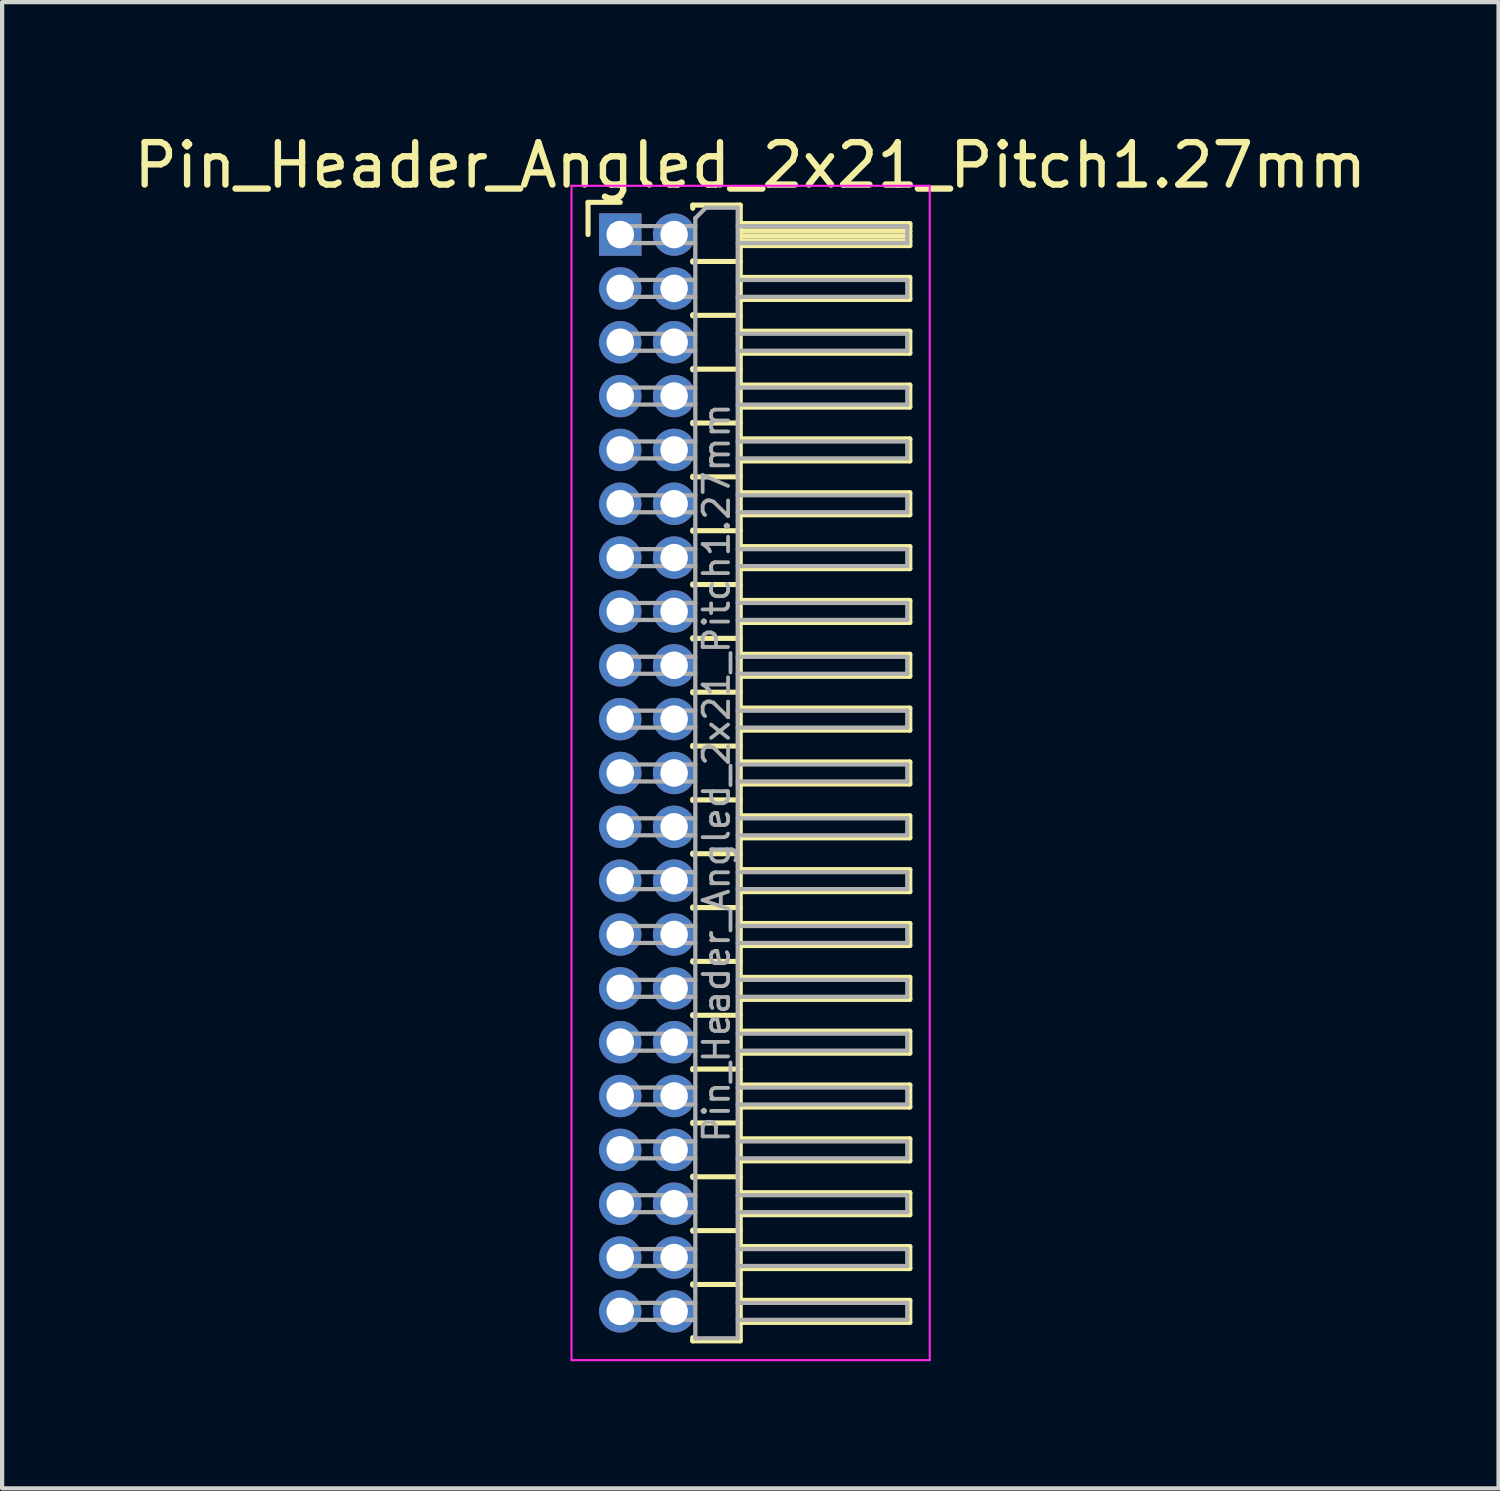
<source format=kicad_pcb>
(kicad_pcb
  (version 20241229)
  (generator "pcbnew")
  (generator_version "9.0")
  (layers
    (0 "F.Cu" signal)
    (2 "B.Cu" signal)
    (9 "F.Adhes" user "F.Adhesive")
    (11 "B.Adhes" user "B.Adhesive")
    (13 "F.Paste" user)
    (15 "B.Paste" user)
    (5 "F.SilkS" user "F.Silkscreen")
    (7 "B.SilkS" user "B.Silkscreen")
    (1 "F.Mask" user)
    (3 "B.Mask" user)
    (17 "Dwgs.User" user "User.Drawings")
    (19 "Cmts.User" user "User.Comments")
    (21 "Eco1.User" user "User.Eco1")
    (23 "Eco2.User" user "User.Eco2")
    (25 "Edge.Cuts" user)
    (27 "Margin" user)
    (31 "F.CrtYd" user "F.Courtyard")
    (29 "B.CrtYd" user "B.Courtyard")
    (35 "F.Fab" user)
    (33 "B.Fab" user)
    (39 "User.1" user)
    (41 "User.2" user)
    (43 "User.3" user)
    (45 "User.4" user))
  (footprint "Pin_Header_Angled_2x21_Pitch1.27mm"
    (layer "F.Cu")
    (at 11.581 2.483)
    (property "Reference" "Pin_Header_Angled_2x21_Pitch1.27mm" (at 3.067 -1.635 0) (layer "F.SilkS") (effects (font (size 1 1) (thickness 0.15))))
    (attr through_hole)
    (fp_line (start -0.76 -0.76) (end 0 -0.76) (stroke (width 0.12) (type solid)) (layer "F.SilkS"))
    (fp_line (start -0.76 0) (end -0.76 -0.76) (stroke (width 0.12) (type solid)) (layer "F.SilkS"))
    (fp_line (start 1.71 -0.695) (end 2.83 -0.695) (stroke (width 0.12) (type solid)) (layer "F.SilkS"))
    (fp_line (start 1.71 -0.62) (end 1.71 -0.695) (stroke (width 0.12) (type solid)) (layer "F.SilkS"))
    (fp_line (start 1.71 0.62) (end 1.71 0.65) (stroke (width 0.12) (type solid)) (layer "F.SilkS"))
    (fp_line (start 1.71 0.635) (end 2.83 0.635) (stroke (width 0.12) (type solid)) (layer "F.SilkS"))
    (fp_line (start 1.71 1.89) (end 1.71 1.92) (stroke (width 0.12) (type solid)) (layer "F.SilkS"))
    (fp_line (start 1.71 1.905) (end 2.83 1.905) (stroke (width 0.12) (type solid)) (layer "F.SilkS"))
    (fp_line (start 1.71 3.16) (end 1.71 3.19) (stroke (width 0.12) (type solid)) (layer "F.SilkS"))
    (fp_line (start 1.71 3.175) (end 2.83 3.175) (stroke (width 0.12) (type solid)) (layer "F.SilkS"))
    (fp_line (start 1.71 4.43) (end 1.71 4.46) (stroke (width 0.12) (type solid)) (layer "F.SilkS"))
    (fp_line (start 1.71 4.445) (end 2.83 4.445) (stroke (width 0.12) (type solid)) (layer "F.SilkS"))
    (fp_line (start 1.71 5.7) (end 1.71 5.73) (stroke (width 0.12) (type solid)) (layer "F.SilkS"))
    (fp_line (start 1.71 5.715) (end 2.83 5.715) (stroke (width 0.12) (type solid)) (layer "F.SilkS"))
    (fp_line (start 1.71 6.97) (end 1.71 7) (stroke (width 0.12) (type solid)) (layer "F.SilkS"))
    (fp_line (start 1.71 6.985) (end 2.83 6.985) (stroke (width 0.12) (type solid)) (layer "F.SilkS"))
    (fp_line (start 1.71 8.24) (end 1.71 8.27) (stroke (width 0.12) (type solid)) (layer "F.SilkS"))
    (fp_line (start 1.71 8.255) (end 2.83 8.255) (stroke (width 0.12) (type solid)) (layer "F.SilkS"))
    (fp_line (start 1.71 9.51) (end 1.71 9.54) (stroke (width 0.12) (type solid)) (layer "F.SilkS"))
    (fp_line (start 1.71 9.525) (end 2.83 9.525) (stroke (width 0.12) (type solid)) (layer "F.SilkS"))
    (fp_line (start 1.71 10.78) (end 1.71 10.81) (stroke (width 0.12) (type solid)) (layer "F.SilkS"))
    (fp_line (start 1.71 10.795) (end 2.83 10.795) (stroke (width 0.12) (type solid)) (layer "F.SilkS"))
    (fp_line (start 1.71 12.05) (end 1.71 12.08) (stroke (width 0.12) (type solid)) (layer "F.SilkS"))
    (fp_line (start 1.71 12.065) (end 2.83 12.065) (stroke (width 0.12) (type solid)) (layer "F.SilkS"))
    (fp_line (start 1.71 13.32) (end 1.71 13.35) (stroke (width 0.12) (type solid)) (layer "F.SilkS"))
    (fp_line (start 1.71 13.335) (end 2.83 13.335) (stroke (width 0.12) (type solid)) (layer "F.SilkS"))
    (fp_line (start 1.71 14.59) (end 1.71 14.62) (stroke (width 0.12) (type solid)) (layer "F.SilkS"))
    (fp_line (start 1.71 14.605) (end 2.83 14.605) (stroke (width 0.12) (type solid)) (layer "F.SilkS"))
    (fp_line (start 1.71 15.86) (end 1.71 15.89) (stroke (width 0.12) (type solid)) (layer "F.SilkS"))
    (fp_line (start 1.71 15.875) (end 2.83 15.875) (stroke (width 0.12) (type solid)) (layer "F.SilkS"))
    (fp_line (start 1.71 17.13) (end 1.71 17.16) (stroke (width 0.12) (type solid)) (layer "F.SilkS"))
    (fp_line (start 1.71 17.145) (end 2.83 17.145) (stroke (width 0.12) (type solid)) (layer "F.SilkS"))
    (fp_line (start 1.71 18.4) (end 1.71 18.43) (stroke (width 0.12) (type solid)) (layer "F.SilkS"))
    (fp_line (start 1.71 18.415) (end 2.83 18.415) (stroke (width 0.12) (type solid)) (layer "F.SilkS"))
    (fp_line (start 1.71 19.67) (end 1.71 19.7) (stroke (width 0.12) (type solid)) (layer "F.SilkS"))
    (fp_line (start 1.71 19.685) (end 2.83 19.685) (stroke (width 0.12) (type solid)) (layer "F.SilkS"))
    (fp_line (start 1.71 20.94) (end 1.71 20.97) (stroke (width 0.12) (type solid)) (layer "F.SilkS"))
    (fp_line (start 1.71 20.955) (end 2.83 20.955) (stroke (width 0.12) (type solid)) (layer "F.SilkS"))
    (fp_line (start 1.71 22.21) (end 1.71 22.24) (stroke (width 0.12) (type solid)) (layer "F.SilkS"))
    (fp_line (start 1.71 22.225) (end 2.83 22.225) (stroke (width 0.12) (type solid)) (layer "F.SilkS"))
    (fp_line (start 1.71 23.48) (end 1.71 23.51) (stroke (width 0.12) (type solid)) (layer "F.SilkS"))
    (fp_line (start 1.71 23.495) (end 2.83 23.495) (stroke (width 0.12) (type solid)) (layer "F.SilkS"))
    (fp_line (start 1.71 24.75) (end 1.71 24.78) (stroke (width 0.12) (type solid)) (layer "F.SilkS"))
    (fp_line (start 1.71 24.765) (end 2.83 24.765) (stroke (width 0.12) (type solid)) (layer "F.SilkS"))
    (fp_line (start 1.71 26.095) (end 1.71 26.02) (stroke (width 0.12) (type solid)) (layer "F.SilkS"))
    (fp_line (start 2.83 -0.695) (end 2.83 26.095) (stroke (width 0.12) (type solid)) (layer "F.SilkS"))
    (fp_line (start 2.83 -0.26) (end 6.83 -0.26) (stroke (width 0.12) (type solid)) (layer "F.SilkS"))
    (fp_line (start 2.83 -0.2) (end 6.83 -0.2) (stroke (width 0.12) (type solid)) (layer "F.SilkS"))
    (fp_line (start 2.83 -0.08) (end 6.83 -0.08) (stroke (width 0.12) (type solid)) (layer "F.SilkS"))
    (fp_line (start 2.83 0.04) (end 6.83 0.04) (stroke (width 0.12) (type solid)) (layer "F.SilkS"))
    (fp_line (start 2.83 0.16) (end 6.83 0.16) (stroke (width 0.12) (type solid)) (layer "F.SilkS"))
    (fp_line (start 2.83 1.01) (end 6.83 1.01) (stroke (width 0.12) (type solid)) (layer "F.SilkS"))
    (fp_line (start 2.83 2.28) (end 6.83 2.28) (stroke (width 0.12) (type solid)) (layer "F.SilkS"))
    (fp_line (start 2.83 3.55) (end 6.83 3.55) (stroke (width 0.12) (type solid)) (layer "F.SilkS"))
    (fp_line (start 2.83 4.82) (end 6.83 4.82) (stroke (width 0.12) (type solid)) (layer "F.SilkS"))
    (fp_line (start 2.83 6.09) (end 6.83 6.09) (stroke (width 0.12) (type solid)) (layer "F.SilkS"))
    (fp_line (start 2.83 7.36) (end 6.83 7.36) (stroke (width 0.12) (type solid)) (layer "F.SilkS"))
    (fp_line (start 2.83 8.63) (end 6.83 8.63) (stroke (width 0.12) (type solid)) (layer "F.SilkS"))
    (fp_line (start 2.83 9.9) (end 6.83 9.9) (stroke (width 0.12) (type solid)) (layer "F.SilkS"))
    (fp_line (start 2.83 11.17) (end 6.83 11.17) (stroke (width 0.12) (type solid)) (layer "F.SilkS"))
    (fp_line (start 2.83 12.44) (end 6.83 12.44) (stroke (width 0.12) (type solid)) (layer "F.SilkS"))
    (fp_line (start 2.83 13.71) (end 6.83 13.71) (stroke (width 0.12) (type solid)) (layer "F.SilkS"))
    (fp_line (start 2.83 14.98) (end 6.83 14.98) (stroke (width 0.12) (type solid)) (layer "F.SilkS"))
    (fp_line (start 2.83 16.25) (end 6.83 16.25) (stroke (width 0.12) (type solid)) (layer "F.SilkS"))
    (fp_line (start 2.83 17.52) (end 6.83 17.52) (stroke (width 0.12) (type solid)) (layer "F.SilkS"))
    (fp_line (start 2.83 18.79) (end 6.83 18.79) (stroke (width 0.12) (type solid)) (layer "F.SilkS"))
    (fp_line (start 2.83 20.06) (end 6.83 20.06) (stroke (width 0.12) (type solid)) (layer "F.SilkS"))
    (fp_line (start 2.83 21.33) (end 6.83 21.33) (stroke (width 0.12) (type solid)) (layer "F.SilkS"))
    (fp_line (start 2.83 22.6) (end 6.83 22.6) (stroke (width 0.12) (type solid)) (layer "F.SilkS"))
    (fp_line (start 2.83 23.87) (end 6.83 23.87) (stroke (width 0.12) (type solid)) (layer "F.SilkS"))
    (fp_line (start 2.83 25.14) (end 6.83 25.14) (stroke (width 0.12) (type solid)) (layer "F.SilkS"))
    (fp_line (start 2.83 26.095) (end 1.71 26.095) (stroke (width 0.12) (type solid)) (layer "F.SilkS"))
    (fp_line (start 6.83 -0.26) (end 6.83 0.26) (stroke (width 0.12) (type solid)) (layer "F.SilkS"))
    (fp_line (start 6.83 0.26) (end 2.83 0.26) (stroke (width 0.12) (type solid)) (layer "F.SilkS"))
    (fp_line (start 6.83 1.01) (end 6.83 1.53) (stroke (width 0.12) (type solid)) (layer "F.SilkS"))
    (fp_line (start 6.83 1.53) (end 2.83 1.53) (stroke (width 0.12) (type solid)) (layer "F.SilkS"))
    (fp_line (start 6.83 2.28) (end 6.83 2.8) (stroke (width 0.12) (type solid)) (layer "F.SilkS"))
    (fp_line (start 6.83 2.8) (end 2.83 2.8) (stroke (width 0.12) (type solid)) (layer "F.SilkS"))
    (fp_line (start 6.83 3.55) (end 6.83 4.07) (stroke (width 0.12) (type solid)) (layer "F.SilkS"))
    (fp_line (start 6.83 4.07) (end 2.83 4.07) (stroke (width 0.12) (type solid)) (layer "F.SilkS"))
    (fp_line (start 6.83 4.82) (end 6.83 5.34) (stroke (width 0.12) (type solid)) (layer "F.SilkS"))
    (fp_line (start 6.83 5.34) (end 2.83 5.34) (stroke (width 0.12) (type solid)) (layer "F.SilkS"))
    (fp_line (start 6.83 6.09) (end 6.83 6.61) (stroke (width 0.12) (type solid)) (layer "F.SilkS"))
    (fp_line (start 6.83 6.61) (end 2.83 6.61) (stroke (width 0.12) (type solid)) (layer "F.SilkS"))
    (fp_line (start 6.83 7.36) (end 6.83 7.88) (stroke (width 0.12) (type solid)) (layer "F.SilkS"))
    (fp_line (start 6.83 7.88) (end 2.83 7.88) (stroke (width 0.12) (type solid)) (layer "F.SilkS"))
    (fp_line (start 6.83 8.63) (end 6.83 9.15) (stroke (width 0.12) (type solid)) (layer "F.SilkS"))
    (fp_line (start 6.83 9.15) (end 2.83 9.15) (stroke (width 0.12) (type solid)) (layer "F.SilkS"))
    (fp_line (start 6.83 9.9) (end 6.83 10.42) (stroke (width 0.12) (type solid)) (layer "F.SilkS"))
    (fp_line (start 6.83 10.42) (end 2.83 10.42) (stroke (width 0.12) (type solid)) (layer "F.SilkS"))
    (fp_line (start 6.83 11.17) (end 6.83 11.69) (stroke (width 0.12) (type solid)) (layer "F.SilkS"))
    (fp_line (start 6.83 11.69) (end 2.83 11.69) (stroke (width 0.12) (type solid)) (layer "F.SilkS"))
    (fp_line (start 6.83 12.44) (end 6.83 12.96) (stroke (width 0.12) (type solid)) (layer "F.SilkS"))
    (fp_line (start 6.83 12.96) (end 2.83 12.96) (stroke (width 0.12) (type solid)) (layer "F.SilkS"))
    (fp_line (start 6.83 13.71) (end 6.83 14.23) (stroke (width 0.12) (type solid)) (layer "F.SilkS"))
    (fp_line (start 6.83 14.23) (end 2.83 14.23) (stroke (width 0.12) (type solid)) (layer "F.SilkS"))
    (fp_line (start 6.83 14.98) (end 6.83 15.5) (stroke (width 0.12) (type solid)) (layer "F.SilkS"))
    (fp_line (start 6.83 15.5) (end 2.83 15.5) (stroke (width 0.12) (type solid)) (layer "F.SilkS"))
    (fp_line (start 6.83 16.25) (end 6.83 16.77) (stroke (width 0.12) (type solid)) (layer "F.SilkS"))
    (fp_line (start 6.83 16.77) (end 2.83 16.77) (stroke (width 0.12) (type solid)) (layer "F.SilkS"))
    (fp_line (start 6.83 17.52) (end 6.83 18.04) (stroke (width 0.12) (type solid)) (layer "F.SilkS"))
    (fp_line (start 6.83 18.04) (end 2.83 18.04) (stroke (width 0.12) (type solid)) (layer "F.SilkS"))
    (fp_line (start 6.83 18.79) (end 6.83 19.31) (stroke (width 0.12) (type solid)) (layer "F.SilkS"))
    (fp_line (start 6.83 19.31) (end 2.83 19.31) (stroke (width 0.12) (type solid)) (layer "F.SilkS"))
    (fp_line (start 6.83 20.06) (end 6.83 20.58) (stroke (width 0.12) (type solid)) (layer "F.SilkS"))
    (fp_line (start 6.83 20.58) (end 2.83 20.58) (stroke (width 0.12) (type solid)) (layer "F.SilkS"))
    (fp_line (start 6.83 21.33) (end 6.83 21.85) (stroke (width 0.12) (type solid)) (layer "F.SilkS"))
    (fp_line (start 6.83 21.85) (end 2.83 21.85) (stroke (width 0.12) (type solid)) (layer "F.SilkS"))
    (fp_line (start 6.83 22.6) (end 6.83 23.12) (stroke (width 0.12) (type solid)) (layer "F.SilkS"))
    (fp_line (start 6.83 23.12) (end 2.83 23.12) (stroke (width 0.12) (type solid)) (layer "F.SilkS"))
    (fp_line (start 6.83 23.87) (end 6.83 24.39) (stroke (width 0.12) (type solid)) (layer "F.SilkS"))
    (fp_line (start 6.83 24.39) (end 2.83 24.39) (stroke (width 0.12) (type solid)) (layer "F.SilkS"))
    (fp_line (start 6.83 25.14) (end 6.83 25.66) (stroke (width 0.12) (type solid)) (layer "F.SilkS"))
    (fp_line (start 6.83 25.66) (end 2.83 25.66) (stroke (width 0.12) (type solid)) (layer "F.SilkS"))
    (fp_line (start -1.15 -1.15) (end -1.15 26.55) (stroke (width 0.05) (type solid)) (layer "F.CrtYd"))
    (fp_line (start -1.15 26.55) (end 7.3 26.55) (stroke (width 0.05) (type solid)) (layer "F.CrtYd"))
    (fp_line (start 7.3 -1.15) (end -1.15 -1.15) (stroke (width 0.05) (type solid)) (layer "F.CrtYd"))
    (fp_line (start 7.3 26.55) (end 7.3 -1.15) (stroke (width 0.05) (type solid)) (layer "F.CrtYd"))
    (fp_line (start -0.2 -0.2) (end -0.2 0.2) (stroke (width 0.1) (type solid)) (layer "F.Fab"))
    (fp_line (start -0.2 -0.2) (end 1.77 -0.2) (stroke (width 0.1) (type solid)) (layer "F.Fab"))
    (fp_line (start -0.2 0.2) (end 1.77 0.2) (stroke (width 0.1) (type solid)) (layer "F.Fab"))
    (fp_line (start -0.2 1.07) (end -0.2 1.47) (stroke (width 0.1) (type solid)) (layer "F.Fab"))
    (fp_line (start -0.2 1.07) (end 1.77 1.07) (stroke (width 0.1) (type solid)) (layer "F.Fab"))
    (fp_line (start -0.2 1.47) (end 1.77 1.47) (stroke (width 0.1) (type solid)) (layer "F.Fab"))
    (fp_line (start -0.2 2.34) (end -0.2 2.74) (stroke (width 0.1) (type solid)) (layer "F.Fab"))
    (fp_line (start -0.2 2.34) (end 1.77 2.34) (stroke (width 0.1) (type solid)) (layer "F.Fab"))
    (fp_line (start -0.2 2.74) (end 1.77 2.74) (stroke (width 0.1) (type solid)) (layer "F.Fab"))
    (fp_line (start -0.2 3.61) (end -0.2 4.01) (stroke (width 0.1) (type solid)) (layer "F.Fab"))
    (fp_line (start -0.2 3.61) (end 1.77 3.61) (stroke (width 0.1) (type solid)) (layer "F.Fab"))
    (fp_line (start -0.2 4.01) (end 1.77 4.01) (stroke (width 0.1) (type solid)) (layer "F.Fab"))
    (fp_line (start -0.2 4.88) (end -0.2 5.28) (stroke (width 0.1) (type solid)) (layer "F.Fab"))
    (fp_line (start -0.2 4.88) (end 1.77 4.88) (stroke (width 0.1) (type solid)) (layer "F.Fab"))
    (fp_line (start -0.2 5.28) (end 1.77 5.28) (stroke (width 0.1) (type solid)) (layer "F.Fab"))
    (fp_line (start -0.2 6.15) (end -0.2 6.55) (stroke (width 0.1) (type solid)) (layer "F.Fab"))
    (fp_line (start -0.2 6.15) (end 1.77 6.15) (stroke (width 0.1) (type solid)) (layer "F.Fab"))
    (fp_line (start -0.2 6.55) (end 1.77 6.55) (stroke (width 0.1) (type solid)) (layer "F.Fab"))
    (fp_line (start -0.2 7.42) (end -0.2 7.82) (stroke (width 0.1) (type solid)) (layer "F.Fab"))
    (fp_line (start -0.2 7.42) (end 1.77 7.42) (stroke (width 0.1) (type solid)) (layer "F.Fab"))
    (fp_line (start -0.2 7.82) (end 1.77 7.82) (stroke (width 0.1) (type solid)) (layer "F.Fab"))
    (fp_line (start -0.2 8.69) (end -0.2 9.09) (stroke (width 0.1) (type solid)) (layer "F.Fab"))
    (fp_line (start -0.2 8.69) (end 1.77 8.69) (stroke (width 0.1) (type solid)) (layer "F.Fab"))
    (fp_line (start -0.2 9.09) (end 1.77 9.09) (stroke (width 0.1) (type solid)) (layer "F.Fab"))
    (fp_line (start -0.2 9.96) (end -0.2 10.36) (stroke (width 0.1) (type solid)) (layer "F.Fab"))
    (fp_line (start -0.2 9.96) (end 1.77 9.96) (stroke (width 0.1) (type solid)) (layer "F.Fab"))
    (fp_line (start -0.2 10.36) (end 1.77 10.36) (stroke (width 0.1) (type solid)) (layer "F.Fab"))
    (fp_line (start -0.2 11.23) (end -0.2 11.63) (stroke (width 0.1) (type solid)) (layer "F.Fab"))
    (fp_line (start -0.2 11.23) (end 1.77 11.23) (stroke (width 0.1) (type solid)) (layer "F.Fab"))
    (fp_line (start -0.2 11.63) (end 1.77 11.63) (stroke (width 0.1) (type solid)) (layer "F.Fab"))
    (fp_line (start -0.2 12.5) (end -0.2 12.9) (stroke (width 0.1) (type solid)) (layer "F.Fab"))
    (fp_line (start -0.2 12.5) (end 1.77 12.5) (stroke (width 0.1) (type solid)) (layer "F.Fab"))
    (fp_line (start -0.2 12.9) (end 1.77 12.9) (stroke (width 0.1) (type solid)) (layer "F.Fab"))
    (fp_line (start -0.2 13.77) (end -0.2 14.17) (stroke (width 0.1) (type solid)) (layer "F.Fab"))
    (fp_line (start -0.2 13.77) (end 1.77 13.77) (stroke (width 0.1) (type solid)) (layer "F.Fab"))
    (fp_line (start -0.2 14.17) (end 1.77 14.17) (stroke (width 0.1) (type solid)) (layer "F.Fab"))
    (fp_line (start -0.2 15.04) (end -0.2 15.44) (stroke (width 0.1) (type solid)) (layer "F.Fab"))
    (fp_line (start -0.2 15.04) (end 1.77 15.04) (stroke (width 0.1) (type solid)) (layer "F.Fab"))
    (fp_line (start -0.2 15.44) (end 1.77 15.44) (stroke (width 0.1) (type solid)) (layer "F.Fab"))
    (fp_line (start -0.2 16.31) (end -0.2 16.71) (stroke (width 0.1) (type solid)) (layer "F.Fab"))
    (fp_line (start -0.2 16.31) (end 1.77 16.31) (stroke (width 0.1) (type solid)) (layer "F.Fab"))
    (fp_line (start -0.2 16.71) (end 1.77 16.71) (stroke (width 0.1) (type solid)) (layer "F.Fab"))
    (fp_line (start -0.2 17.58) (end -0.2 17.98) (stroke (width 0.1) (type solid)) (layer "F.Fab"))
    (fp_line (start -0.2 17.58) (end 1.77 17.58) (stroke (width 0.1) (type solid)) (layer "F.Fab"))
    (fp_line (start -0.2 17.98) (end 1.77 17.98) (stroke (width 0.1) (type solid)) (layer "F.Fab"))
    (fp_line (start -0.2 18.85) (end -0.2 19.25) (stroke (width 0.1) (type solid)) (layer "F.Fab"))
    (fp_line (start -0.2 18.85) (end 1.77 18.85) (stroke (width 0.1) (type solid)) (layer "F.Fab"))
    (fp_line (start -0.2 19.25) (end 1.77 19.25) (stroke (width 0.1) (type solid)) (layer "F.Fab"))
    (fp_line (start -0.2 20.12) (end -0.2 20.52) (stroke (width 0.1) (type solid)) (layer "F.Fab"))
    (fp_line (start -0.2 20.12) (end 1.77 20.12) (stroke (width 0.1) (type solid)) (layer "F.Fab"))
    (fp_line (start -0.2 20.52) (end 1.77 20.52) (stroke (width 0.1) (type solid)) (layer "F.Fab"))
    (fp_line (start -0.2 21.39) (end -0.2 21.79) (stroke (width 0.1) (type solid)) (layer "F.Fab"))
    (fp_line (start -0.2 21.39) (end 1.77 21.39) (stroke (width 0.1) (type solid)) (layer "F.Fab"))
    (fp_line (start -0.2 21.79) (end 1.77 21.79) (stroke (width 0.1) (type solid)) (layer "F.Fab"))
    (fp_line (start -0.2 22.66) (end -0.2 23.06) (stroke (width 0.1) (type solid)) (layer "F.Fab"))
    (fp_line (start -0.2 22.66) (end 1.77 22.66) (stroke (width 0.1) (type solid)) (layer "F.Fab"))
    (fp_line (start -0.2 23.06) (end 1.77 23.06) (stroke (width 0.1) (type solid)) (layer "F.Fab"))
    (fp_line (start -0.2 23.93) (end -0.2 24.33) (stroke (width 0.1) (type solid)) (layer "F.Fab"))
    (fp_line (start -0.2 23.93) (end 1.77 23.93) (stroke (width 0.1) (type solid)) (layer "F.Fab"))
    (fp_line (start -0.2 24.33) (end 1.77 24.33) (stroke (width 0.1) (type solid)) (layer "F.Fab"))
    (fp_line (start -0.2 25.2) (end -0.2 25.6) (stroke (width 0.1) (type solid)) (layer "F.Fab"))
    (fp_line (start -0.2 25.2) (end 1.77 25.2) (stroke (width 0.1) (type solid)) (layer "F.Fab"))
    (fp_line (start -0.2 25.6) (end 1.77 25.6) (stroke (width 0.1) (type solid)) (layer "F.Fab"))
    (fp_line (start 1.77 -0.385) (end 2.02 -0.635) (stroke (width 0.1) (type solid)) (layer "F.Fab"))
    (fp_line (start 1.77 26.035) (end 1.77 -0.385) (stroke (width 0.1) (type solid)) (layer "F.Fab"))
    (fp_line (start 2.02 -0.635) (end 2.77 -0.635) (stroke (width 0.1) (type solid)) (layer "F.Fab"))
    (fp_line (start 2.77 -0.635) (end 2.77 26.035) (stroke (width 0.1) (type solid)) (layer "F.Fab"))
    (fp_line (start 2.77 -0.2) (end 6.77 -0.2) (stroke (width 0.1) (type solid)) (layer "F.Fab"))
    (fp_line (start 2.77 0.2) (end 6.77 0.2) (stroke (width 0.1) (type solid)) (layer "F.Fab"))
    (fp_line (start 2.77 1.07) (end 6.77 1.07) (stroke (width 0.1) (type solid)) (layer "F.Fab"))
    (fp_line (start 2.77 1.47) (end 6.77 1.47) (stroke (width 0.1) (type solid)) (layer "F.Fab"))
    (fp_line (start 2.77 2.34) (end 6.77 2.34) (stroke (width 0.1) (type solid)) (layer "F.Fab"))
    (fp_line (start 2.77 2.74) (end 6.77 2.74) (stroke (width 0.1) (type solid)) (layer "F.Fab"))
    (fp_line (start 2.77 3.61) (end 6.77 3.61) (stroke (width 0.1) (type solid)) (layer "F.Fab"))
    (fp_line (start 2.77 4.01) (end 6.77 4.01) (stroke (width 0.1) (type solid)) (layer "F.Fab"))
    (fp_line (start 2.77 4.88) (end 6.77 4.88) (stroke (width 0.1) (type solid)) (layer "F.Fab"))
    (fp_line (start 2.77 5.28) (end 6.77 5.28) (stroke (width 0.1) (type solid)) (layer "F.Fab"))
    (fp_line (start 2.77 6.15) (end 6.77 6.15) (stroke (width 0.1) (type solid)) (layer "F.Fab"))
    (fp_line (start 2.77 6.55) (end 6.77 6.55) (stroke (width 0.1) (type solid)) (layer "F.Fab"))
    (fp_line (start 2.77 7.42) (end 6.77 7.42) (stroke (width 0.1) (type solid)) (layer "F.Fab"))
    (fp_line (start 2.77 7.82) (end 6.77 7.82) (stroke (width 0.1) (type solid)) (layer "F.Fab"))
    (fp_line (start 2.77 8.69) (end 6.77 8.69) (stroke (width 0.1) (type solid)) (layer "F.Fab"))
    (fp_line (start 2.77 9.09) (end 6.77 9.09) (stroke (width 0.1) (type solid)) (layer "F.Fab"))
    (fp_line (start 2.77 9.96) (end 6.77 9.96) (stroke (width 0.1) (type solid)) (layer "F.Fab"))
    (fp_line (start 2.77 10.36) (end 6.77 10.36) (stroke (width 0.1) (type solid)) (layer "F.Fab"))
    (fp_line (start 2.77 11.23) (end 6.77 11.23) (stroke (width 0.1) (type solid)) (layer "F.Fab"))
    (fp_line (start 2.77 11.63) (end 6.77 11.63) (stroke (width 0.1) (type solid)) (layer "F.Fab"))
    (fp_line (start 2.77 12.5) (end 6.77 12.5) (stroke (width 0.1) (type solid)) (layer "F.Fab"))
    (fp_line (start 2.77 12.9) (end 6.77 12.9) (stroke (width 0.1) (type solid)) (layer "F.Fab"))
    (fp_line (start 2.77 13.77) (end 6.77 13.77) (stroke (width 0.1) (type solid)) (layer "F.Fab"))
    (fp_line (start 2.77 14.17) (end 6.77 14.17) (stroke (width 0.1) (type solid)) (layer "F.Fab"))
    (fp_line (start 2.77 15.04) (end 6.77 15.04) (stroke (width 0.1) (type solid)) (layer "F.Fab"))
    (fp_line (start 2.77 15.44) (end 6.77 15.44) (stroke (width 0.1) (type solid)) (layer "F.Fab"))
    (fp_line (start 2.77 16.31) (end 6.77 16.31) (stroke (width 0.1) (type solid)) (layer "F.Fab"))
    (fp_line (start 2.77 16.71) (end 6.77 16.71) (stroke (width 0.1) (type solid)) (layer "F.Fab"))
    (fp_line (start 2.77 17.58) (end 6.77 17.58) (stroke (width 0.1) (type solid)) (layer "F.Fab"))
    (fp_line (start 2.77 17.98) (end 6.77 17.98) (stroke (width 0.1) (type solid)) (layer "F.Fab"))
    (fp_line (start 2.77 18.85) (end 6.77 18.85) (stroke (width 0.1) (type solid)) (layer "F.Fab"))
    (fp_line (start 2.77 19.25) (end 6.77 19.25) (stroke (width 0.1) (type solid)) (layer "F.Fab"))
    (fp_line (start 2.77 20.12) (end 6.77 20.12) (stroke (width 0.1) (type solid)) (layer "F.Fab"))
    (fp_line (start 2.77 20.52) (end 6.77 20.52) (stroke (width 0.1) (type solid)) (layer "F.Fab"))
    (fp_line (start 2.77 21.39) (end 6.77 21.39) (stroke (width 0.1) (type solid)) (layer "F.Fab"))
    (fp_line (start 2.77 21.79) (end 6.77 21.79) (stroke (width 0.1) (type solid)) (layer "F.Fab"))
    (fp_line (start 2.77 22.66) (end 6.77 22.66) (stroke (width 0.1) (type solid)) (layer "F.Fab"))
    (fp_line (start 2.77 23.06) (end 6.77 23.06) (stroke (width 0.1) (type solid)) (layer "F.Fab"))
    (fp_line (start 2.77 23.93) (end 6.77 23.93) (stroke (width 0.1) (type solid)) (layer "F.Fab"))
    (fp_line (start 2.77 24.33) (end 6.77 24.33) (stroke (width 0.1) (type solid)) (layer "F.Fab"))
    (fp_line (start 2.77 25.2) (end 6.77 25.2) (stroke (width 0.1) (type solid)) (layer "F.Fab"))
    (fp_line (start 2.77 25.6) (end 6.77 25.6) (stroke (width 0.1) (type solid)) (layer "F.Fab"))
    (fp_line (start 2.77 26.035) (end 1.77 26.035) (stroke (width 0.1) (type solid)) (layer "F.Fab"))
    (fp_line (start 6.77 -0.2) (end 6.77 0.2) (stroke (width 0.1) (type solid)) (layer "F.Fab"))
    (fp_line (start 6.77 1.07) (end 6.77 1.47) (stroke (width 0.1) (type solid)) (layer "F.Fab"))
    (fp_line (start 6.77 2.34) (end 6.77 2.74) (stroke (width 0.1) (type solid)) (layer "F.Fab"))
    (fp_line (start 6.77 3.61) (end 6.77 4.01) (stroke (width 0.1) (type solid)) (layer "F.Fab"))
    (fp_line (start 6.77 4.88) (end 6.77 5.28) (stroke (width 0.1) (type solid)) (layer "F.Fab"))
    (fp_line (start 6.77 6.15) (end 6.77 6.55) (stroke (width 0.1) (type solid)) (layer "F.Fab"))
    (fp_line (start 6.77 7.42) (end 6.77 7.82) (stroke (width 0.1) (type solid)) (layer "F.Fab"))
    (fp_line (start 6.77 8.69) (end 6.77 9.09) (stroke (width 0.1) (type solid)) (layer "F.Fab"))
    (fp_line (start 6.77 9.96) (end 6.77 10.36) (stroke (width 0.1) (type solid)) (layer "F.Fab"))
    (fp_line (start 6.77 11.23) (end 6.77 11.63) (stroke (width 0.1) (type solid)) (layer "F.Fab"))
    (fp_line (start 6.77 12.5) (end 6.77 12.9) (stroke (width 0.1) (type solid)) (layer "F.Fab"))
    (fp_line (start 6.77 13.77) (end 6.77 14.17) (stroke (width 0.1) (type solid)) (layer "F.Fab"))
    (fp_line (start 6.77 15.04) (end 6.77 15.44) (stroke (width 0.1) (type solid)) (layer "F.Fab"))
    (fp_line (start 6.77 16.31) (end 6.77 16.71) (stroke (width 0.1) (type solid)) (layer "F.Fab"))
    (fp_line (start 6.77 17.58) (end 6.77 17.98) (stroke (width 0.1) (type solid)) (layer "F.Fab"))
    (fp_line (start 6.77 18.85) (end 6.77 19.25) (stroke (width 0.1) (type solid)) (layer "F.Fab"))
    (fp_line (start 6.77 20.12) (end 6.77 20.52) (stroke (width 0.1) (type solid)) (layer "F.Fab"))
    (fp_line (start 6.77 21.39) (end 6.77 21.79) (stroke (width 0.1) (type solid)) (layer "F.Fab"))
    (fp_line (start 6.77 22.66) (end 6.77 23.06) (stroke (width 0.1) (type solid)) (layer "F.Fab"))
    (fp_line (start 6.77 23.93) (end 6.77 24.33) (stroke (width 0.1) (type solid)) (layer "F.Fab"))
    (fp_line (start 6.77 25.2) (end 6.77 25.6) (stroke (width 0.1) (type solid)) (layer "F.Fab"))
    (fp_text user "${REFERENCE}" (at 2.27 12.7 90) (layer "F.Fab") (effects (font (size 0.6 0.6) (thickness 0.09))))
    (pad "1" thru_hole rect (at 0 0) (size 1 1) (drill 0.65) (layers "*.Cu" "*.Mask"))
    (pad "2" thru_hole oval (at 1.27 0) (size 1 1) (drill 0.65) (layers "*.Cu" "*.Mask"))
    (pad "3" thru_hole oval (at 0 1.27) (size 1 1) (drill 0.65) (layers "*.Cu" "*.Mask"))
    (pad "4" thru_hole oval (at 1.27 1.27) (size 1 1) (drill 0.65) (layers "*.Cu" "*.Mask"))
    (pad "5" thru_hole oval (at 0 2.54) (size 1 1) (drill 0.65) (layers "*.Cu" "*.Mask"))
    (pad "6" thru_hole oval (at 1.27 2.54) (size 1 1) (drill 0.65) (layers "*.Cu" "*.Mask"))
    (pad "7" thru_hole oval (at 0 3.81) (size 1 1) (drill 0.65) (layers "*.Cu" "*.Mask"))
    (pad "8" thru_hole oval (at 1.27 3.81) (size 1 1) (drill 0.65) (layers "*.Cu" "*.Mask"))
    (pad "9" thru_hole oval (at 0 5.08) (size 1 1) (drill 0.65) (layers "*.Cu" "*.Mask"))
    (pad "10" thru_hole oval (at 1.27 5.08) (size 1 1) (drill 0.65) (layers "*.Cu" "*.Mask"))
    (pad "11" thru_hole oval (at 0 6.35) (size 1 1) (drill 0.65) (layers "*.Cu" "*.Mask"))
    (pad "12" thru_hole oval (at 1.27 6.35) (size 1 1) (drill 0.65) (layers "*.Cu" "*.Mask"))
    (pad "13" thru_hole oval (at 0 7.62) (size 1 1) (drill 0.65) (layers "*.Cu" "*.Mask"))
    (pad "14" thru_hole oval (at 1.27 7.62) (size 1 1) (drill 0.65) (layers "*.Cu" "*.Mask"))
    (pad "15" thru_hole oval (at 0 8.89) (size 1 1) (drill 0.65) (layers "*.Cu" "*.Mask"))
    (pad "16" thru_hole oval (at 1.27 8.89) (size 1 1) (drill 0.65) (layers "*.Cu" "*.Mask"))
    (pad "17" thru_hole oval (at 0 10.16) (size 1 1) (drill 0.65) (layers "*.Cu" "*.Mask"))
    (pad "18" thru_hole oval (at 1.27 10.16) (size 1 1) (drill 0.65) (layers "*.Cu" "*.Mask"))
    (pad "19" thru_hole oval (at 0 11.43) (size 1 1) (drill 0.65) (layers "*.Cu" "*.Mask"))
    (pad "20" thru_hole oval (at 1.27 11.43) (size 1 1) (drill 0.65) (layers "*.Cu" "*.Mask"))
    (pad "21" thru_hole oval (at 0 12.7) (size 1 1) (drill 0.65) (layers "*.Cu" "*.Mask"))
    (pad "22" thru_hole oval (at 1.27 12.7) (size 1 1) (drill 0.65) (layers "*.Cu" "*.Mask"))
    (pad "23" thru_hole oval (at 0 13.97) (size 1 1) (drill 0.65) (layers "*.Cu" "*.Mask"))
    (pad "24" thru_hole oval (at 1.27 13.97) (size 1 1) (drill 0.65) (layers "*.Cu" "*.Mask"))
    (pad "25" thru_hole oval (at 0 15.24) (size 1 1) (drill 0.65) (layers "*.Cu" "*.Mask"))
    (pad "26" thru_hole oval (at 1.27 15.24) (size 1 1) (drill 0.65) (layers "*.Cu" "*.Mask"))
    (pad "27" thru_hole oval (at 0 16.51) (size 1 1) (drill 0.65) (layers "*.Cu" "*.Mask"))
    (pad "28" thru_hole oval (at 1.27 16.51) (size 1 1) (drill 0.65) (layers "*.Cu" "*.Mask"))
    (pad "29" thru_hole oval (at 0 17.78) (size 1 1) (drill 0.65) (layers "*.Cu" "*.Mask"))
    (pad "30" thru_hole oval (at 1.27 17.78) (size 1 1) (drill 0.65) (layers "*.Cu" "*.Mask"))
    (pad "31" thru_hole oval (at 0 19.05) (size 1 1) (drill 0.65) (layers "*.Cu" "*.Mask"))
    (pad "32" thru_hole oval (at 1.27 19.05) (size 1 1) (drill 0.65) (layers "*.Cu" "*.Mask"))
    (pad "33" thru_hole oval (at 0 20.32) (size 1 1) (drill 0.65) (layers "*.Cu" "*.Mask"))
    (pad "34" thru_hole oval (at 1.27 20.32) (size 1 1) (drill 0.65) (layers "*.Cu" "*.Mask"))
    (pad "35" thru_hole oval (at 0 21.59) (size 1 1) (drill 0.65) (layers "*.Cu" "*.Mask"))
    (pad "36" thru_hole oval (at 1.27 21.59) (size 1 1) (drill 0.65) (layers "*.Cu" "*.Mask"))
    (pad "37" thru_hole oval (at 0 22.86) (size 1 1) (drill 0.65) (layers "*.Cu" "*.Mask"))
    (pad "38" thru_hole oval (at 1.27 22.86) (size 1 1) (drill 0.65) (layers "*.Cu" "*.Mask"))
    (pad "39" thru_hole oval (at 0 24.13) (size 1 1) (drill 0.65) (layers "*.Cu" "*.Mask"))
    (pad "40" thru_hole oval (at 1.27 24.13) (size 1 1) (drill 0.65) (layers "*.Cu" "*.Mask"))
    (pad "41" thru_hole oval (at 0 25.4) (size 1 1) (drill 0.65) (layers "*.Cu" "*.Mask"))
    (pad "42" thru_hole oval (at 1.27 25.4) (size 1 1) (drill 0.65) (layers "*.Cu" "*.Mask")))
  (gr_rect
    (start -3 -3)
    (end 32.298 32.058)
    (stroke (width 0.1) (type default))
    (fill no)
    (layer "Edge.Cuts")))
</source>
